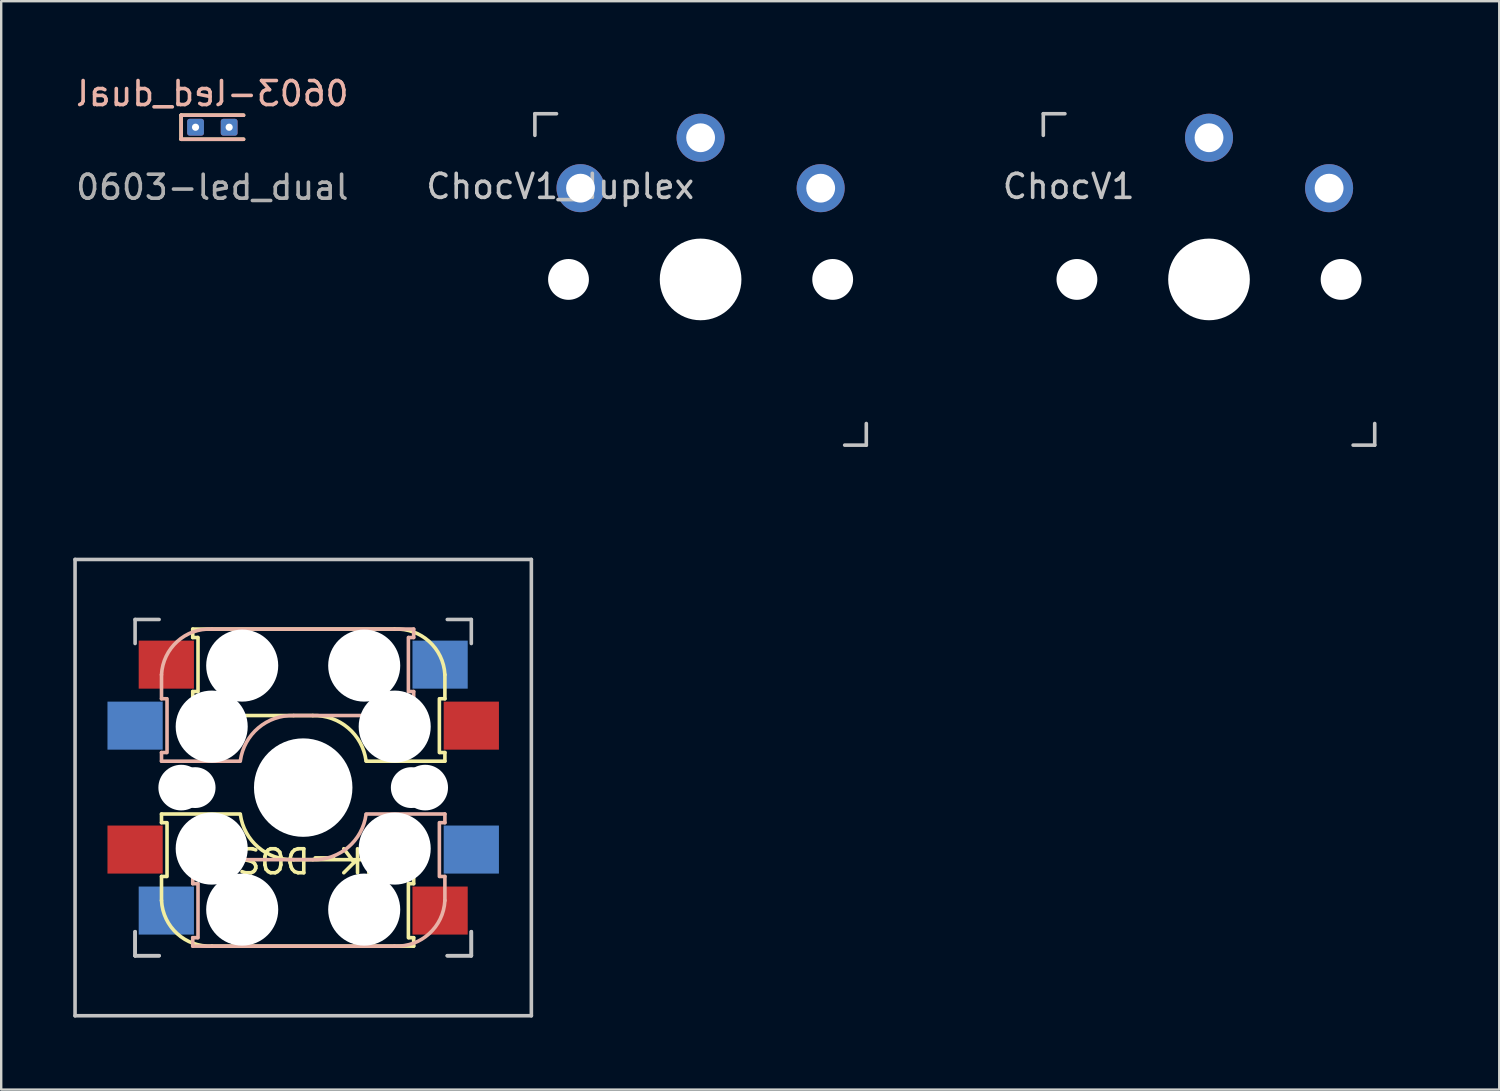
<source format=kicad_pcb>
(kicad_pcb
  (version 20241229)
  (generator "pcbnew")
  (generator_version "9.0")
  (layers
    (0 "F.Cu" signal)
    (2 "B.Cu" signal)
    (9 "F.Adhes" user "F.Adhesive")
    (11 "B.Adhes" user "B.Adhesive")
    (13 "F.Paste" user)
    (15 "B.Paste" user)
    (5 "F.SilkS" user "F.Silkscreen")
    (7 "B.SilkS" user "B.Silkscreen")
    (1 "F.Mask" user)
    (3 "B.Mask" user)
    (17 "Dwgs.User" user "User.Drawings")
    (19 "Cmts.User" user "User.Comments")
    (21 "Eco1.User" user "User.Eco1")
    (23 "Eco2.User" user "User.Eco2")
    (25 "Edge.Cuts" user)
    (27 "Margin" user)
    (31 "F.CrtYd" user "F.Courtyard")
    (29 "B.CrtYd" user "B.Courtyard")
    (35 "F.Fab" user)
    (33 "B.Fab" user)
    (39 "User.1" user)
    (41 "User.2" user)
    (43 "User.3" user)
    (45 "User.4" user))
  (footprint "ChocV1_duplex"
    (layer "F.Cu")
    (at 26.122 8.585)
    (property "Reference" "ChocV1_duplex" (at -5.842 -3.873 180) (layer "Dwgs.User") (effects (font (size 1 1) (thickness 0.15))))
    (attr through_hole)
    (fp_line (start -6.9 -6.9) (end -6 -6.9) (stroke (width 0.15) (type solid)) (layer "Dwgs.User"))
    (fp_line (start -6.9 -6) (end -6.9 -6.9) (stroke (width 0.15) (type solid)) (layer "Dwgs.User"))
    (fp_line (start 6 6.9) (end 6.9 6.9) (stroke (width 0.15) (type solid)) (layer "Dwgs.User"))
    (fp_line (start 6.9 6.9) (end 6.9 6) (stroke (width 0.15) (type solid)) (layer "Dwgs.User"))
    (fp_line (start -9.025 -8.525) (end 9.025 -8.525) (stroke (width 0.12) (type solid)) (layer "Eco1.User"))
    (fp_line (start -9.025 8.525) (end -9.025 -8.525) (stroke (width 0.12) (type solid)) (layer "Eco1.User"))
    (fp_line (start -2.65 3.075) (end 2.65 3.075) (stroke (width 0.12) (type solid)) (layer "Eco1.User"))
    (fp_line (start -2.65 6.325) (end -2.65 3.075) (stroke (width 0.12) (type solid)) (layer "Eco1.User"))
    (fp_line (start -2.65 6.325) (end 2.65 6.325) (stroke (width 0.12) (type solid)) (layer "Eco1.User"))
    (fp_line (start 2.65 6.325) (end 2.65 3.075) (stroke (width 0.12) (type solid)) (layer "Eco1.User"))
    (fp_line (start 9.025 -8.525) (end 9.025 8.525) (stroke (width 0.12) (type solid)) (layer "Eco1.User"))
    (fp_line (start 9.025 8.525) (end -9.025 8.525) (stroke (width 0.12) (type solid)) (layer "Eco1.User"))
    (pad "" np_thru_hole circle (at -5.5 0 90) (size 1.7 1.7) (drill 1.7) (layers "*.Cu" "*.Mask"))
    (pad "" np_thru_hole circle (at 0 0 90) (size 3.4 3.4) (drill 3.4) (layers "*.Cu" "*.Mask"))
    (pad "" np_thru_hole circle (at 5.5 0 90) (size 1.7 1.7) (drill 1.7) (layers "*.Cu" "*.Mask"))
    (pad "1" thru_hole circle (at 0 -5.9) (size 2 2) (drill 1.2) (layers "*.Cu" "*.Mask"))
    (pad "2" thru_hole circle (at -5 -3.8) (size 2 2) (drill 1.2) (layers "*.Cu" "*.Mask"))
    (pad "2" thru_hole circle (at 5 -3.8) (size 2 2) (drill 1.2) (layers "*.Cu" "*.Mask")))
  (footprint "ChocV1"
    (layer "F.Cu")
    (at 47.292 8.585)
    (property "Reference" "ChocV1" (at -5.842 -3.873 180) (layer "Dwgs.User") (effects (font (size 1 1) (thickness 0.15))))
    (attr through_hole)
    (fp_line (start -6.9 -6.9) (end -6 -6.9) (stroke (width 0.15) (type solid)) (layer "Dwgs.User"))
    (fp_line (start -6.9 -6) (end -6.9 -6.9) (stroke (width 0.15) (type solid)) (layer "Dwgs.User"))
    (fp_line (start 6 6.9) (end 6.9 6.9) (stroke (width 0.15) (type solid)) (layer "Dwgs.User"))
    (fp_line (start 6.9 6.9) (end 6.9 6) (stroke (width 0.15) (type solid)) (layer "Dwgs.User"))
    (fp_line (start -9.025 -8.525) (end 9.025 -8.525) (stroke (width 0.12) (type solid)) (layer "Eco1.User"))
    (fp_line (start -9.025 8.525) (end -9.025 -8.525) (stroke (width 0.12) (type solid)) (layer "Eco1.User"))
    (fp_line (start -2.65 3.075) (end 2.65 3.075) (stroke (width 0.12) (type solid)) (layer "Eco1.User"))
    (fp_line (start -2.65 6.325) (end -2.65 3.075) (stroke (width 0.12) (type solid)) (layer "Eco1.User"))
    (fp_line (start -2.65 6.325) (end 2.65 6.325) (stroke (width 0.12) (type solid)) (layer "Eco1.User"))
    (fp_line (start 2.65 6.325) (end 2.65 3.075) (stroke (width 0.12) (type solid)) (layer "Eco1.User"))
    (fp_line (start 9.025 -8.525) (end 9.025 8.525) (stroke (width 0.12) (type solid)) (layer "Eco1.User"))
    (fp_line (start 9.025 8.525) (end -9.025 8.525) (stroke (width 0.12) (type solid)) (layer "Eco1.User"))
    (pad "" np_thru_hole circle (at -5.5 0 90) (size 1.7 1.7) (drill 1.7) (layers "*.Cu" "*.Mask"))
    (pad "" np_thru_hole circle (at 0 0 90) (size 3.4 3.4) (drill 3.4) (layers "*.Cu" "*.Mask"))
    (pad "" np_thru_hole circle (at 5.5 0 90) (size 1.7 1.7) (drill 1.7) (layers "*.Cu" "*.Mask"))
    (pad "1" thru_hole circle (at 5 -3.8) (size 2 2) (drill 1.2) (layers "*.Cu" "B.Mask"))
    (pad "2" thru_hole circle (at 0 -5.9) (size 2 2) (drill 1.2) (layers "*.Cu" "B.Mask")))
  (footprint "MK-DOSE"
    (layer "F.Cu")
    (at 9.575 29.745)
    (property "Reference" "MK-DOSE" (at 0 3 180) (unlocked yes) (layer "F.SilkS") (effects (font (size 1 1) (thickness 0.15))))
    (attr through_hole)
    (fp_line (start -5.9 1.1) (end -5.9 1.46) (stroke (width 0.15) (type solid)) (layer "F.SilkS"))
    (fp_line (start -5.9 1.1) (end -2.62 1.1) (stroke (width 0.15) (type solid)) (layer "F.SilkS"))
    (fp_line (start -5.9 3.7) (end -5.7 3.7) (stroke (width 0.15) (type solid)) (layer "F.SilkS"))
    (fp_line (start -5.9 4.7) (end -5.9 3.7) (stroke (width 0.15) (type solid)) (layer "F.SilkS"))
    (fp_line (start -5.7 1.46) (end -5.9 1.46) (stroke (width 0.15) (type solid)) (layer "F.SilkS"))
    (fp_line (start -5.67 3.7) (end -5.67 1.46) (stroke (width 0.15) (type solid)) (layer "F.SilkS"))
    (fp_line (start -4.6 -6.6) (end 3.8 -6.6) (stroke (width 0.15) (type solid)) (layer "F.SilkS"))
    (fp_line (start -4.6 -6.25) (end -4.6 -6.6) (stroke (width 0.15) (type solid)) (layer "F.SilkS"))
    (fp_line (start -4.6 -4) (end -4.4 -4) (stroke (width 0.15) (type solid)) (layer "F.SilkS"))
    (fp_line (start -4.6 -3) (end -4.6 -4) (stroke (width 0.15) (type solid)) (layer "F.SilkS"))
    (fp_line (start -4.4 -6.25) (end -4.6 -6.25) (stroke (width 0.15) (type solid)) (layer "F.SilkS"))
    (fp_line (start -4.38 -4) (end -4.38 -6.25) (stroke (width 0.15) (type solid)) (layer "F.SilkS"))
    (fp_line (start -0.4 3) (end 4.6 3) (stroke (width 0.15) (type solid)) (layer "F.SilkS"))
    (fp_line (start 0.4 -3) (end -4.6 -3) (stroke (width 0.15) (type solid)) (layer "F.SilkS"))
    (fp_line (start 4.38 4) (end 4.38 6.25) (stroke (width 0.15) (type solid)) (layer "F.SilkS"))
    (fp_line (start 4.4 6.25) (end 4.6 6.25) (stroke (width 0.15) (type solid)) (layer "F.SilkS"))
    (fp_line (start 4.6 3) (end 4.6 4) (stroke (width 0.15) (type solid)) (layer "F.SilkS"))
    (fp_line (start 4.6 4) (end 4.4 4) (stroke (width 0.15) (type solid)) (layer "F.SilkS"))
    (fp_line (start 4.6 6.25) (end 4.6 6.6) (stroke (width 0.15) (type solid)) (layer "F.SilkS"))
    (fp_line (start 4.6 6.6) (end -3.8 6.6) (stroke (width 0.15) (type solid)) (layer "F.SilkS"))
    (fp_line (start 5.67 -3.7) (end 5.67 -1.46) (stroke (width 0.15) (type solid)) (layer "F.SilkS"))
    (fp_line (start 5.7 -1.46) (end 5.9 -1.46) (stroke (width 0.15) (type solid)) (layer "F.SilkS"))
    (fp_line (start 5.9 -4.7) (end 5.9 -3.7) (stroke (width 0.15) (type solid)) (layer "F.SilkS"))
    (fp_line (start 5.9 -3.7) (end 5.7 -3.7) (stroke (width 0.15) (type solid)) (layer "F.SilkS"))
    (fp_line (start 5.9 -1.1) (end 2.62 -1.1) (stroke (width 0.15) (type solid)) (layer "F.SilkS"))
    (fp_line (start 5.9 -1.1) (end 5.9 -1.46) (stroke (width 0.15) (type solid)) (layer "F.SilkS"))
    (fp_arc (start -3.8 6.600001) (mid -5.243504 6.084925) (end -5.900001 4.7) (stroke (width 0.15) (type solid)) (layer "F.SilkS"))
    (fp_arc (start -0.4 3) (mid -1.868709 2.486118) (end -2.616318 1.121471) (stroke (width 0.15) (type solid)) (layer "F.SilkS"))
    (fp_arc (start 0.4 -3) (mid 1.868709 -2.486118) (end 2.616318 -1.121471) (stroke (width 0.15) (type solid)) (layer "F.SilkS"))
    (fp_arc (start 3.8 -6.600001) (mid 5.243504 -6.084925) (end 5.900001 -4.7) (stroke (width 0.15) (type solid)) (layer "F.SilkS"))
    (fp_line (start -5.9 -4.7) (end -5.9 -3.7) (stroke (width 0.15) (type solid)) (layer "B.SilkS"))
    (fp_line (start -5.9 -3.7) (end -5.7 -3.7) (stroke (width 0.15) (type solid)) (layer "B.SilkS"))
    (fp_line (start -5.9 -1.1) (end -5.9 -1.46) (stroke (width 0.15) (type solid)) (layer "B.SilkS"))
    (fp_line (start -5.9 -1.1) (end -2.62 -1.1) (stroke (width 0.15) (type solid)) (layer "B.SilkS"))
    (fp_line (start -5.7 -1.46) (end -5.9 -1.46) (stroke (width 0.15) (type solid)) (layer "B.SilkS"))
    (fp_line (start -5.67 -3.7) (end -5.67 -1.46) (stroke (width 0.15) (type solid)) (layer "B.SilkS"))
    (fp_line (start -4.6 3) (end -4.6 4) (stroke (width 0.15) (type solid)) (layer "B.SilkS"))
    (fp_line (start -4.6 4) (end -4.4 4) (stroke (width 0.15) (type solid)) (layer "B.SilkS"))
    (fp_line (start -4.6 6.25) (end -4.6 6.6) (stroke (width 0.15) (type solid)) (layer "B.SilkS"))
    (fp_line (start -4.6 6.6) (end 3.8 6.6) (stroke (width 0.15) (type solid)) (layer "B.SilkS"))
    (fp_line (start -4.4 6.25) (end -4.6 6.25) (stroke (width 0.15) (type solid)) (layer "B.SilkS"))
    (fp_line (start -4.38 4) (end -4.38 6.25) (stroke (width 0.15) (type solid)) (layer "B.SilkS"))
    (fp_line (start -0.4 -3) (end 4.6 -3) (stroke (width 0.15) (type solid)) (layer "B.SilkS"))
    (fp_line (start 0.4 3) (end -4.6 3) (stroke (width 0.15) (type solid)) (layer "B.SilkS"))
    (fp_line (start 4.38 -4) (end 4.38 -6.25) (stroke (width 0.15) (type solid)) (layer "B.SilkS"))
    (fp_line (start 4.4 -6.25) (end 4.6 -6.25) (stroke (width 0.15) (type solid)) (layer "B.SilkS"))
    (fp_line (start 4.6 -6.6) (end -3.8 -6.6) (stroke (width 0.15) (type solid)) (layer "B.SilkS"))
    (fp_line (start 4.6 -6.25) (end 4.6 -6.6) (stroke (width 0.15) (type solid)) (layer "B.SilkS"))
    (fp_line (start 4.6 -4) (end 4.4 -4) (stroke (width 0.15) (type solid)) (layer "B.SilkS"))
    (fp_line (start 4.6 -3) (end 4.6 -4) (stroke (width 0.15) (type solid)) (layer "B.SilkS"))
    (fp_line (start 5.67 3.7) (end 5.67 1.46) (stroke (width 0.15) (type solid)) (layer "B.SilkS"))
    (fp_line (start 5.7 1.46) (end 5.9 1.46) (stroke (width 0.15) (type solid)) (layer "B.SilkS"))
    (fp_line (start 5.9 1.1) (end 2.62 1.1) (stroke (width 0.15) (type solid)) (layer "B.SilkS"))
    (fp_line (start 5.9 1.1) (end 5.9 1.46) (stroke (width 0.15) (type solid)) (layer "B.SilkS"))
    (fp_line (start 5.9 3.7) (end 5.7 3.7) (stroke (width 0.15) (type solid)) (layer "B.SilkS"))
    (fp_line (start 5.9 4.7) (end 5.9 3.7) (stroke (width 0.15) (type solid)) (layer "B.SilkS"))
    (fp_arc (start -5.9 -4.699999) (mid -5.243504 -6.084924) (end -3.800001 -6.6) (stroke (width 0.15) (type solid)) (layer "B.SilkS"))
    (fp_arc (start -2.616318 -1.121471) (mid -1.868709 -2.486118) (end -0.4 -3) (stroke (width 0.15) (type solid)) (layer "B.SilkS"))
    (fp_arc (start 2.616318 1.121471) (mid 1.868709 2.486118) (end 0.4 3) (stroke (width 0.15) (type solid)) (layer "B.SilkS"))
    (fp_arc (start 5.9 4.699999) (mid 5.243504 6.084924) (end 3.800001 6.6) (stroke (width 0.15) (type solid)) (layer "B.SilkS"))
    (fp_line (start -9.5 -9.5) (end 9.5 -9.5) (stroke (width 0.15) (type solid)) (layer "Dwgs.User"))
    (fp_line (start -9.5 9.5) (end -9.5 -9.5) (stroke (width 0.15) (type solid)) (layer "Dwgs.User"))
    (fp_line (start -7 -7) (end -6 -7) (stroke (width 0.15) (type solid)) (layer "Dwgs.User"))
    (fp_line (start -7 -6) (end -7 -7) (stroke (width 0.15) (type solid)) (layer "Dwgs.User"))
    (fp_line (start -7 6) (end -7 7) (stroke (width 0.15) (type solid)) (layer "Dwgs.User"))
    (fp_line (start -7 7) (end -7 6) (stroke (width 0.15) (type solid)) (layer "Dwgs.User"))
    (fp_line (start -7 7) (end -6 7) (stroke (width 0.15) (type solid)) (layer "Dwgs.User"))
    (fp_line (start -7 7) (end -6 7) (stroke (width 0.15) (type solid)) (layer "Dwgs.User"))
    (fp_line (start 6 7) (end 7 7) (stroke (width 0.15) (type solid)) (layer "Dwgs.User"))
    (fp_line (start 7 -7) (end 6 -7) (stroke (width 0.15) (type solid)) (layer "Dwgs.User"))
    (fp_line (start 7 -7) (end 7 -6) (stroke (width 0.15) (type solid)) (layer "Dwgs.User"))
    (fp_line (start 7 6) (end 7 7) (stroke (width 0.15) (type solid)) (layer "Dwgs.User"))
    (fp_line (start 7 7) (end 6 7) (stroke (width 0.15) (type solid)) (layer "Dwgs.User"))
    (fp_line (start 7 7) (end 7 6) (stroke (width 0.15) (type solid)) (layer "Dwgs.User"))
    (fp_line (start 9.5 -9.5) (end 9.5 9.5) (stroke (width 0.15) (type solid)) (layer "Dwgs.User"))
    (fp_line (start 9.5 9.5) (end -9.5 9.5) (stroke (width 0.15) (type solid)) (layer "Dwgs.User"))
    (pad "" np_thru_hole circle (at -5.08 0) (size 1.9 1.9) (drill 1.9) (layers "*.Cu" "*.Mask"))
    (pad "" np_thru_hole circle (at -4.5 0) (size 1.7 1.7) (drill 1.7) (layers "*.Cu" "*.Mask"))
    (pad "" np_thru_hole circle (at -3.81 -2.54 180) (size 3 3) (drill 3) (layers "*.Cu" "*.Mask"))
    (pad "" np_thru_hole circle (at -3.81 2.54) (size 3 3) (drill 3) (layers "*.Cu" "*.Mask"))
    (pad "" np_thru_hole circle (at -2.54 -5.08 180) (size 3 3) (drill 3) (layers "*.Cu" "*.Mask"))
    (pad "" np_thru_hole circle (at -2.54 5.08) (size 3 3) (drill 3) (layers "*.Cu" "*.Mask"))
    (pad "" np_thru_hole circle (at 0 0 270) (size 4.1 4.1) (drill 4.1) (layers "*.Cu" "*.Mask"))
    (pad "" np_thru_hole circle (at 2.54 -5.08 180) (size 3 3) (drill 3) (layers "*.Cu" "*.Mask"))
    (pad "" np_thru_hole circle (at 2.54 5.08) (size 3 3) (drill 3) (layers "*.Cu" "*.Mask"))
    (pad "" np_thru_hole circle (at 3.81 -2.54 180) (size 3 3) (drill 3) (layers "*.Cu" "*.Mask"))
    (pad "" np_thru_hole circle (at 3.81 2.54) (size 3 3) (drill 3) (layers "*.Cu" "*.Mask"))
    (pad "" np_thru_hole circle (at 4.5 0) (size 1.7 1.7) (drill 1.7) (layers "*.Cu" "*.Mask"))
    (pad "" np_thru_hole circle (at 5.08 0) (size 1.9 1.9) (drill 1.9) (layers "*.Cu" "*.Mask"))
    (pad "1" smd rect (at -7 -2.58 180) (size 2.3 2) (layers "B.Cu" "B.Mask" "B.Paste"))
    (pad "1" smd rect (at -5.7 -5.12 180) (size 2.3 2) (layers "F.Cu" "F.Mask"))
    (pad "2" smd rect (at 5.7 -5.12 180) (size 2.3 2) (layers "B.Cu" "B.Mask" "B.Paste"))
    (pad "2" smd rect (at 7 -2.58 180) (size 2.3 2) (layers "F.Cu" "F.Mask" "F.Paste"))
    (pad "3" smd rect (at -7 2.58) (size 2.3 2) (layers "F.Cu" "F.Mask" "F.Paste"))
    (pad "3" smd rect (at -5.7 5.12) (size 2.3 2) (layers "B.Cu" "B.Mask" "B.Paste"))
    (pad "4" smd rect (at 5.7 5.12) (size 2.3 2) (layers "F.Cu" "F.Mask"))
    (pad "4" smd rect (at 7 2.58) (size 2.3 2) (layers "B.Cu" "B.Mask" "B.Paste")))
  (footprint "0603-led_dual"
    (layer "F.Cu")
    (at 5.792 2.248)
    (property "Reference" "0603-led_dual" (at 0 -1.4 0) (layer "B.SilkS") (effects (font (size 1 1) (thickness 0.15)) (justify mirror)))
    (attr through_hole)
    (fp_line (start -1.3 -0.5) (end -1.3 0.5) (stroke (width 0.15) (type default)) (layer "F.SilkS"))
    (fp_line (start -1.3 -0.5) (end 1.3 -0.5) (stroke (width 0.15) (type default)) (layer "F.SilkS"))
    (fp_line (start -1.3 0.5) (end 1.3 0.5) (stroke (width 0.15) (type default)) (layer "F.SilkS"))
    (fp_line (start -1.3 -0.5) (end -1.3 0.5) (stroke (width 0.15) (type default)) (layer "B.SilkS"))
    (fp_line (start -1.3 0.5) (end 1.3 0.5) (stroke (width 0.15) (type default)) (layer "B.SilkS"))
    (fp_line (start 1.3 -0.5) (end -1.3 -0.5) (stroke (width 0.15) (type default)) (layer "B.SilkS"))
    (fp_text user "${REFERENCE}" (at 0 2.5 0) (unlocked yes) (layer "F.Fab") (effects (font (size 1 1) (thickness 0.15))))
    (pad "1" thru_hole roundrect (at -0.7 0) (size 0.7 0.7) (drill 0.3) (layers "*.Cu" "*.Paste" "*.Mask") (roundrect_rratio 0.15))
    (pad "2" thru_hole roundrect (at 0.7 0) (size 0.7 0.7) (drill 0.3) (layers "*.Cu" "*.Paste" "*.Mask") (roundrect_rratio 0.15)))
  (gr_rect
    (start -3 -3)
    (end 59.377 42.32)
    (stroke (width 0.1) (type default))
    (fill no)
    (layer "Edge.Cuts")))
</source>
